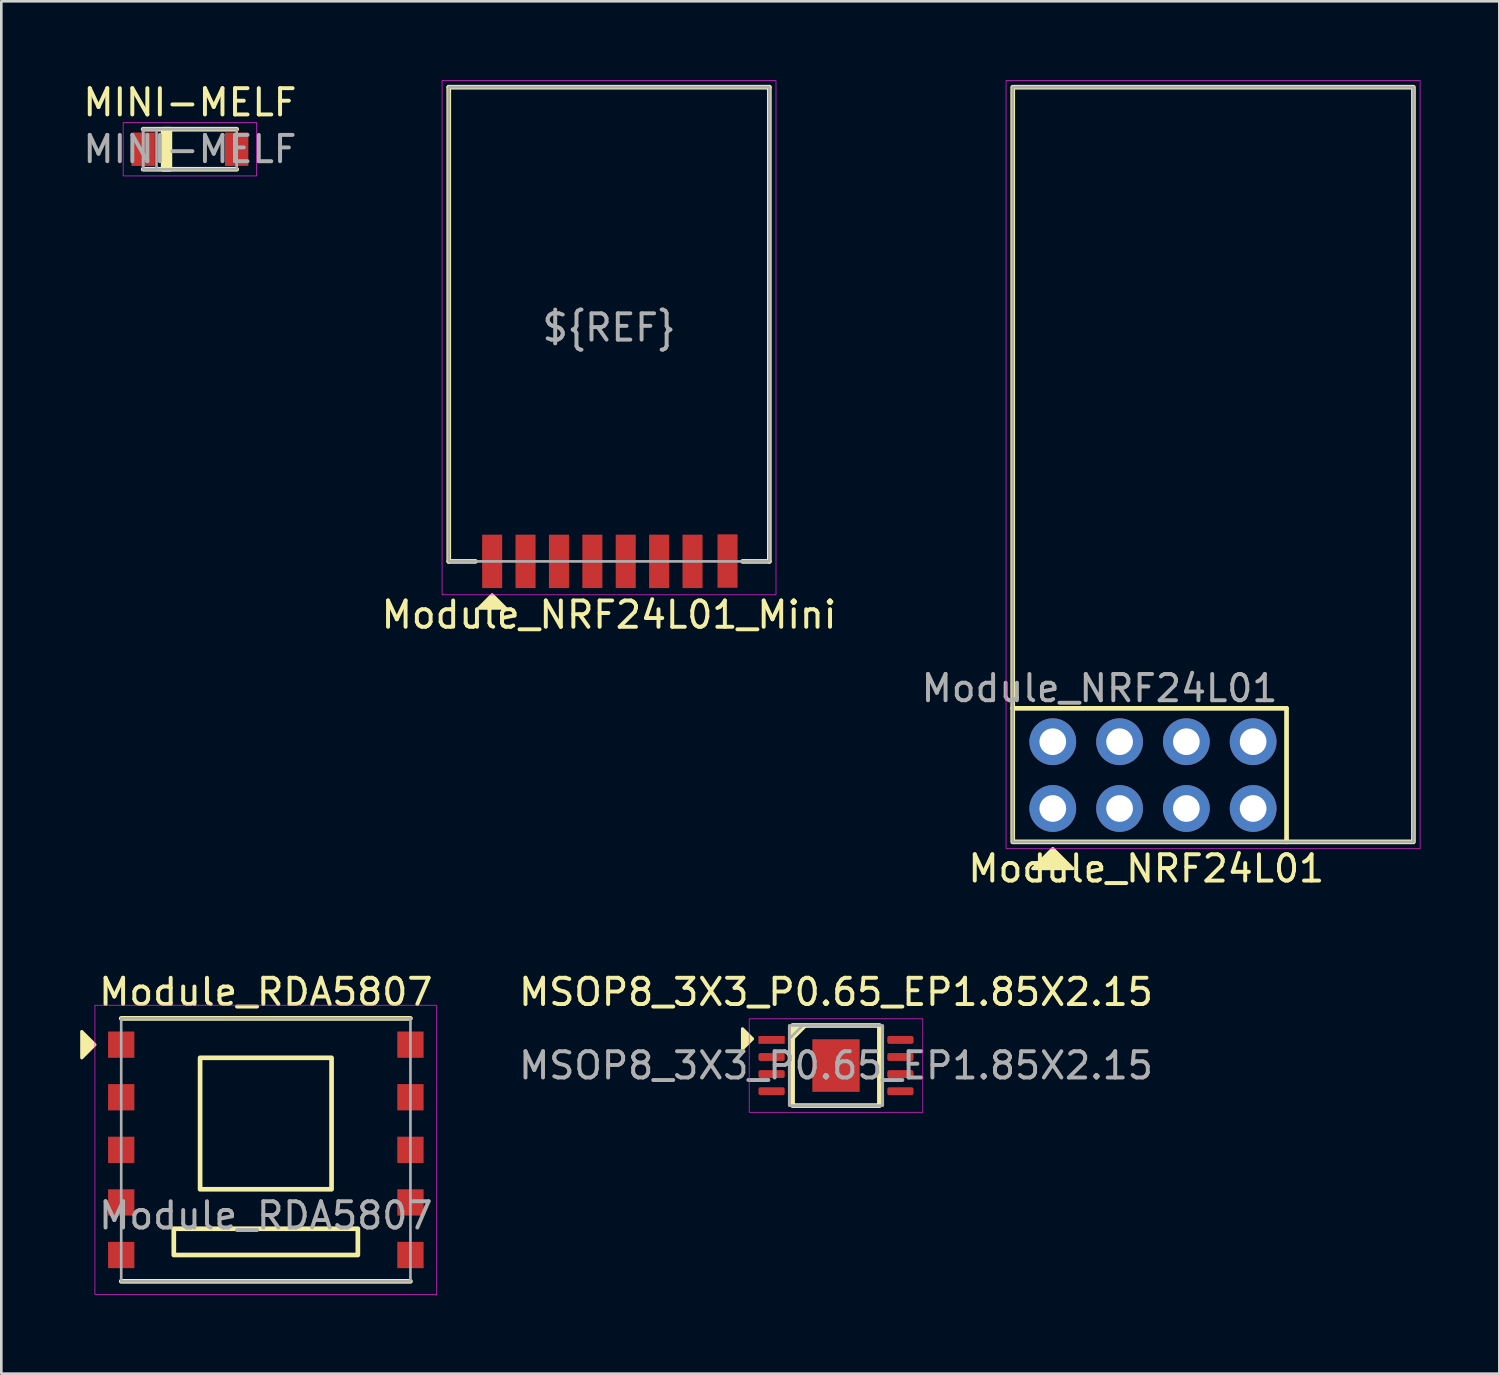
<source format=kicad_pcb>
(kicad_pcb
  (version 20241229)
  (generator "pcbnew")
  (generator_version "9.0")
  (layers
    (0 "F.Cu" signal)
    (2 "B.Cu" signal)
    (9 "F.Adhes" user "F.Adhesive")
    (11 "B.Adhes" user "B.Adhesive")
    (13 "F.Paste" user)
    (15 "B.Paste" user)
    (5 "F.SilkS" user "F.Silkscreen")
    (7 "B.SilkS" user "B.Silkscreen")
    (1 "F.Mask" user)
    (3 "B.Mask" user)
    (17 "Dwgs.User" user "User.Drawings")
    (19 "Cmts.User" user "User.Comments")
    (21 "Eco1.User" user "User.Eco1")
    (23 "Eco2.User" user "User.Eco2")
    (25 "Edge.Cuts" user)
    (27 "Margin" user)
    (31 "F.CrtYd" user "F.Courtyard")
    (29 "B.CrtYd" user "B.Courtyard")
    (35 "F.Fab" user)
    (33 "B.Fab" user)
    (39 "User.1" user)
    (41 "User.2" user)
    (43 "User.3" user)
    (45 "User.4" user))
  (footprint "Module_NRF24L01_Mini"
    (layer "F.Cu")
    (at 20.113 18.301)
    (property "Reference" "Module_NRF24L01_Mini" (at 0 2.032 0) (unlocked yes) (layer "F.SilkS") (effects (font (size 1 1) (thickness 0.15))))
    (attr smd)
    (fp_line (start -6.096 -18.034) (end -6.096 0) (stroke (width 0.178) (type solid)) (layer "F.SilkS"))
    (fp_line (start -6.096 0) (end -5.08 0) (stroke (width 0.178) (type solid)) (layer "F.SilkS"))
    (fp_line (start 6.096 -18.034) (end -6.096 -18.034) (stroke (width 0.178) (type solid)) (layer "F.SilkS"))
    (fp_line (start 6.096 -18.034) (end 6.096 0) (stroke (width 0.178) (type solid)) (layer "F.SilkS"))
    (fp_line (start 6.096 0) (end 5.08 0) (stroke (width 0.178) (type solid)) (layer "F.SilkS"))
    (fp_poly (pts (xy -3.937 1.778) (xy -4.953 1.778) (xy -4.445 1.27)) (stroke (width 0.12) (type solid)) (fill yes) (layer "F.SilkS"))
    (fp_rect (start -6.35 -18.288) (end 6.35 1.27) (stroke (width 0.025) (type solid)) (fill no) (layer "F.CrtYd"))
    (fp_rect (start -6.096 0) (end 6.096 -18.034) (stroke (width 0.1) (type solid)) (fill no) (layer "F.Fab"))
    (fp_text user "${REF}" (at 0 -8.89 0) (unlocked yes) (layer "F.Fab") (effects (font (size 1 1) (thickness 0.15))))
    (pad "1" smd rect (at -4.445 0) (size 0.762 2.032) (layers "F.Cu" "F.Mask" "F.Paste"))
    (pad "2" smd rect (at -3.175 0) (size 0.762 2.032) (layers "F.Cu" "F.Mask" "F.Paste"))
    (pad "3" smd rect (at -1.905 0) (size 0.762 2.032) (layers "F.Cu" "F.Mask" "F.Paste"))
    (pad "4" smd rect (at -0.635 0) (size 0.762 2.032) (layers "F.Cu" "F.Mask" "F.Paste"))
    (pad "5" smd rect (at 0.635 0) (size 0.762 2.032) (layers "F.Cu" "F.Mask" "F.Paste"))
    (pad "6" smd rect (at 1.905 0) (size 0.762 2.032) (layers "F.Cu" "F.Mask" "F.Paste"))
    (pad "7" smd rect (at 3.175 0) (size 0.762 2.032) (layers "F.Cu" "F.Mask" "F.Paste"))
    (pad "8" smd rect (at 4.506 -0.013) (size 0.762 2.032) (layers "F.Cu" "F.Mask" "F.Paste")))
  (footprint "MSOP8_3X3_P0.65_EP1.85X2.15"
    (layer "F.Cu")
    (at 28.745 37.475)
    (property "Reference" "MSOP8_3X3_P0.65_EP1.85X2.15" (at 0 -2.794 0) (unlocked yes) (layer "F.SilkS") (effects (font (size 1 1) (thickness 0.15))))
    (fp_rect (start -1.651 -1.524) (end 1.651 1.524) (stroke (width 0.178) (type solid)) (fill no) (layer "F.SilkS"))
    (fp_poly (pts (xy -3.175 -1.016) (xy -3.556 -0.635) (xy -3.556 -1.397)) (stroke (width 0.12) (type solid)) (fill yes) (layer "F.SilkS"))
    (fp_poly (pts (xy -1.651 -1.016) (xy -1.651 -1.524) (xy -1.143 -1.524)) (stroke (width 0.12) (type solid)) (fill yes) (layer "F.SilkS"))
    (fp_rect (start -3.302 -1.778) (end 3.302 1.778) (stroke (width 0.025) (type solid)) (fill no) (layer "F.CrtYd"))
    (fp_line (start -1.778 -1.016) (end -1.27 -1.524) (stroke (width 0.1) (type solid)) (layer "F.Fab"))
    (fp_rect (start -1.778 -1.524) (end 1.778 1.524) (stroke (width 0.1) (type solid)) (fill no) (layer "F.Fab"))
    (fp_text user "${REFERENCE}" (at 0 0 0) (unlocked yes) (layer "F.Fab") (effects (font (size 1 1) (thickness 0.15))))
    (pad "1" smd rect (at -2.45 -0.975) (size 1 0.3) (layers "F.Cu" "F.Mask" "F.Paste"))
    (pad "2" smd roundrect (at -2.45 -0.325) (size 1 0.3) (layers "F.Cu" "F.Mask" "F.Paste") (roundrect_rratio 0.25))
    (pad "3" smd roundrect (at -2.45 0.325) (size 1 0.3) (layers "F.Cu" "F.Mask" "F.Paste") (roundrect_rratio 0.25))
    (pad "4" smd roundrect (at -2.45 0.975) (size 1 0.3) (layers "F.Cu" "F.Mask" "F.Paste") (roundrect_rratio 0.25))
    (pad "5" smd roundrect (at 2.45 0.975) (size 1 0.3) (layers "F.Cu" "F.Mask" "F.Paste") (roundrect_rratio 0.25))
    (pad "6" smd roundrect (at 2.45 0.325) (size 1 0.3) (layers "F.Cu" "F.Mask" "F.Paste") (roundrect_rratio 0.25))
    (pad "7" smd roundrect (at 2.45 -0.325) (size 1 0.3) (layers "F.Cu" "F.Mask" "F.Paste") (roundrect_rratio 0.25))
    (pad "8" smd roundrect (at 2.45 -0.975) (size 1 0.3) (layers "F.Cu" "F.Mask" "F.Paste") (roundrect_rratio 0.25))
    (pad "9" smd rect (at 0 0) (size 1.8 2) (layers "F.Cu" "F.Mask" "F.Paste")))
  (footprint "Module_RDA5807"
    (layer "F.Cu")
    (at 7.06 40.681)
    (property "Reference" "Module_RDA5807" (at 0 -6 0) (unlocked yes) (layer "F.SilkS") (effects (font (size 1 1) (thickness 0.15))))
    (attr smd)
    (fp_line (start -5.5 -5) (end 5.5 -5) (stroke (width 0.178) (type solid)) (layer "F.SilkS"))
    (fp_line (start -5.5 5) (end 5.5 5) (stroke (width 0.178) (type solid)) (layer "F.SilkS"))
    (fp_rect (start -3.5 3) (end 3.5 4) (stroke (width 0.178) (type solid)) (fill no) (layer "F.SilkS"))
    (fp_rect (start -2.5 -3.5) (end 2.5 1.5) (stroke (width 0.178) (type solid)) (fill no) (layer "F.SilkS"))
    (fp_poly (pts (xy -6.5 -4) (xy -7 -3.5) (xy -7 -4.5)) (stroke (width 0.12) (type solid)) (fill yes) (layer "F.SilkS"))
    (fp_rect (start -6.5 -5.5) (end 6.5 5.5) (stroke (width 0.025) (type solid)) (fill no) (layer "F.CrtYd"))
    (fp_rect (start -5.5 -5) (end 5.5 5) (stroke (width 0.1) (type solid)) (fill no) (layer "F.Fab"))
    (fp_text user "${REFERENCE}" (at 0 2.5 0) (unlocked yes) (layer "F.Fab") (effects (font (size 1 1) (thickness 0.15))))
    (pad "1" smd rect (at -5.5 -4) (size 1 1) (layers "F.Cu" "F.Mask" "F.Paste"))
    (pad "2" smd rect (at -5.5 -2) (size 1 1) (layers "F.Cu" "F.Mask" "F.Paste"))
    (pad "3" smd rect (at -5.5 0) (size 1 1) (layers "F.Cu" "F.Mask" "F.Paste"))
    (pad "4" smd rect (at -5.5 2) (size 1 1) (layers "F.Cu" "F.Mask" "F.Paste"))
    (pad "5" smd rect (at -5.5 4) (size 1 1) (layers "F.Cu" "F.Mask" "F.Paste"))
    (pad "6" smd rect (at 5.5 4) (size 1 1) (layers "F.Cu" "F.Mask" "F.Paste"))
    (pad "7" smd rect (at 5.5 2) (size 1 1) (layers "F.Cu" "F.Mask" "F.Paste"))
    (pad "8" smd rect (at 5.5 0) (size 1 1) (layers "F.Cu" "F.Mask" "F.Paste"))
    (pad "9" smd rect (at 5.5 -2) (size 1 1) (layers "F.Cu" "F.Mask" "F.Paste"))
    (pad "10" smd rect (at 5.5 -4) (size 1 1) (layers "F.Cu" "F.Mask" "F.Paste")))
  (footprint "Module_NRF24L01"
    (layer "F.Cu")
    (at 36.99 27.699)
    (property "Reference" "Module_NRF24L01" (at 3.556 2.286 0) (unlocked yes) (layer "F.SilkS") (effects (font (size 1 1) (thickness 0.15))))
    (attr through_hole)
    (fp_line (start -1.524 -3.81) (end 8.89 -3.81) (stroke (width 0.178) (type solid)) (layer "F.SilkS"))
    (fp_line (start 8.89 -3.81) (end 8.89 1.27) (stroke (width 0.178) (type solid)) (layer "F.SilkS"))
    (fp_rect (start -1.524 1.27) (end 13.716 -27.432) (stroke (width 0.178) (type solid)) (fill no) (layer "F.SilkS"))
    (fp_poly (pts (xy 0.762 2.286) (xy -0.762 2.286) (xy 0 1.524)) (stroke (width 0.12) (type solid)) (fill yes) (layer "F.SilkS"))
    (fp_rect (start -1.778 -27.686) (end 13.97 1.524) (stroke (width 0.025) (type solid)) (fill no) (layer "F.CrtYd"))
    (fp_rect (start -1.524 1.27) (end 13.716 -27.432) (stroke (width 0.1) (type solid)) (fill no) (layer "F.Fab"))
    (fp_text user "${REFERENCE}" (at 1.778 -4.572 0) (unlocked yes) (layer "F.Fab") (effects (font (size 1 1) (thickness 0.15))))
    (pad "1" thru_hole circle (at 0 0) (size 1.778 1.778) (drill 1.016) (layers "*.Cu" "*.Mask"))
    (pad "2" thru_hole circle (at 0 -2.54) (size 1.778 1.778) (drill 1.016) (layers "*.Cu" "*.Mask"))
    (pad "3" thru_hole circle (at 2.54 0) (size 1.778 1.778) (drill 1.016) (layers "*.Cu" "*.Mask"))
    (pad "4" thru_hole circle (at 2.54 -2.54) (size 1.778 1.778) (drill 1.016) (layers "*.Cu" "*.Mask"))
    (pad "5" thru_hole circle (at 5.08 0) (size 1.778 1.778) (drill 1.016) (layers "*.Cu" "*.Mask"))
    (pad "6" thru_hole circle (at 5.08 -2.54) (size 1.778 1.778) (drill 1.016) (layers "*.Cu" "*.Mask"))
    (pad "7" thru_hole circle (at 7.62 0) (size 1.778 1.778) (drill 1.016) (layers "*.Cu" "*.Mask"))
    (pad "8" thru_hole circle (at 7.62 -2.54) (size 1.778 1.778) (drill 1.016) (layers "*.Cu" "*.Mask")))
  (footprint "MINI-MELF"
    (layer "F.Cu")
    (at 4.173 2.626)
    (property "Reference" "MINI-MELF" (at 0 -1.778 0) (layer "F.SilkS") (effects (font (size 1 1) (thickness 0.15))))
    (attr smd)
    (fp_line (start -1.778 -0.762) (end 1.778 -0.762) (stroke (width 0.178) (type solid)) (layer "F.SilkS"))
    (fp_line (start -1.778 0.762) (end 1.778 0.762) (stroke (width 0.178) (type solid)) (layer "F.SilkS"))
    (fp_rect (start -1.016 -0.762) (end -0.762 0.762) (stroke (width 0.178) (type solid)) (fill yes) (layer "F.SilkS"))
    (fp_rect (start -2.54 -1.016) (end 2.54 1.016) (stroke (width 0.025) (type solid)) (fill no) (layer "F.CrtYd"))
    (fp_rect (start -1.778 -0.762) (end -1.27 0.762) (stroke (width 0.1) (type solid)) (fill no) (layer "F.Fab"))
    (fp_rect (start -1.778 -0.762) (end 1.778 0.762) (stroke (width 0.1) (type solid)) (fill no) (layer "F.Fab"))
    (fp_text user "${REFERENCE}" (at 0 0 0) (layer "F.Fab") (effects (font (size 1 1) (thickness 0.15))))
    (pad "A" smd rect (at 1.778 0) (size 0.889 1.27) (layers "F.Cu" "F.Mask" "F.Paste"))
    (pad "C" smd rect (at -1.778 0) (size 0.889 1.27) (layers "F.Cu" "F.Mask" "F.Paste")))
  (gr_rect
    (start -3 -3)
    (end 53.973 49.194)
    (stroke (width 0.1) (type default))
    (fill no)
    (layer "Edge.Cuts")))
</source>
